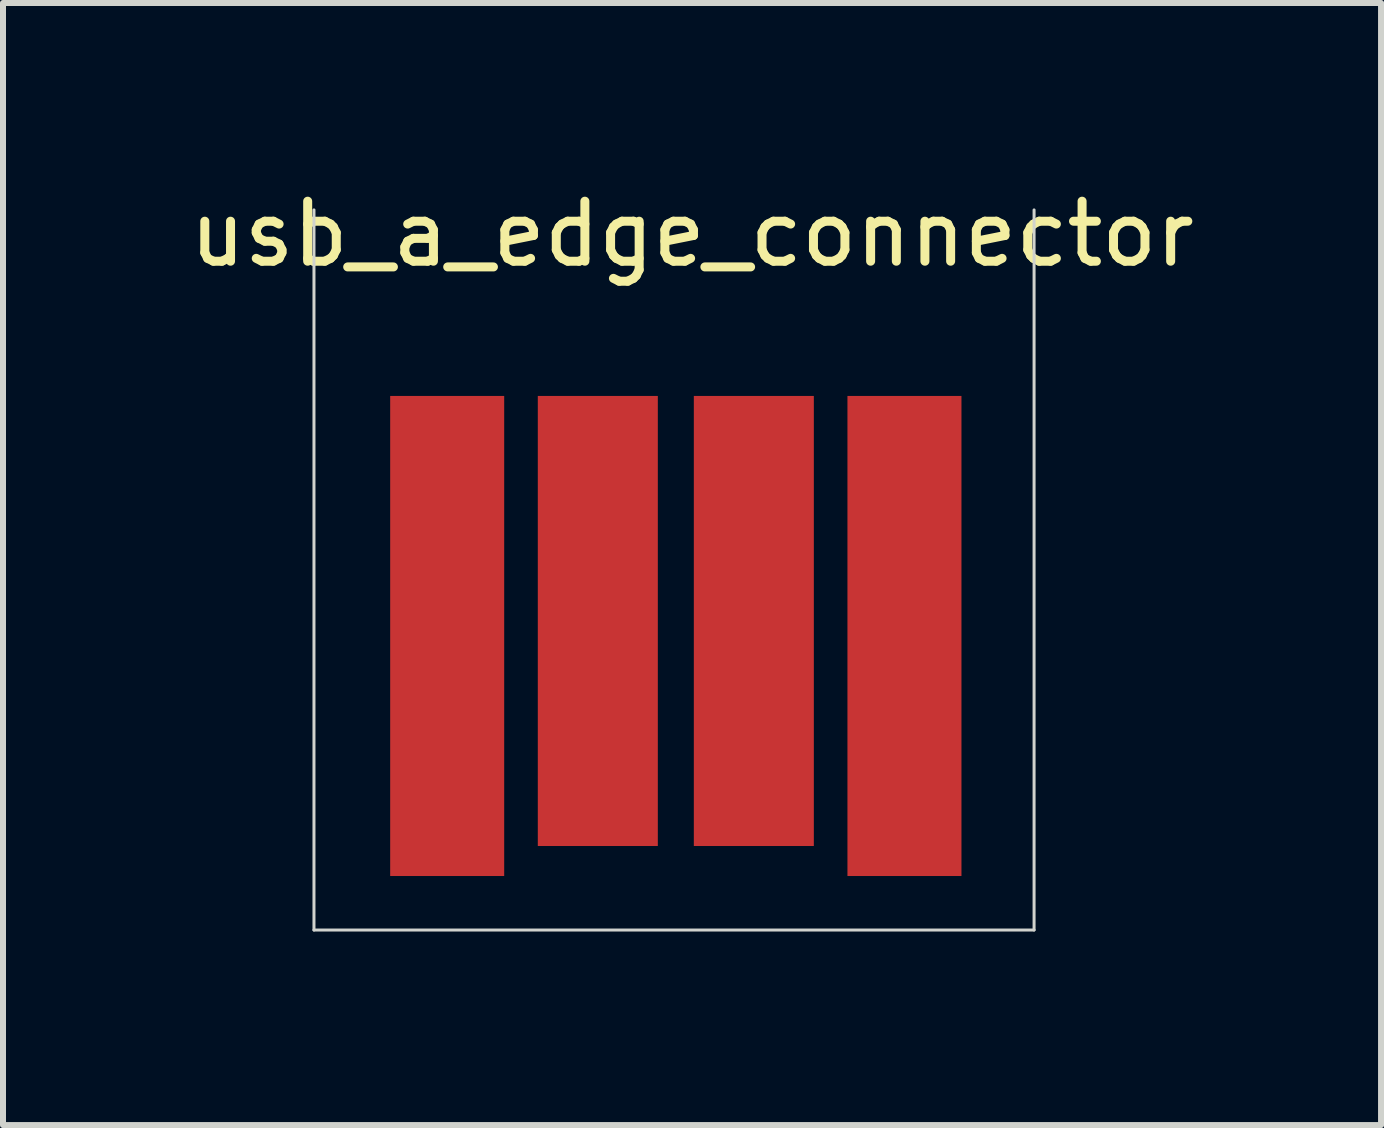
<source format=kicad_pcb>
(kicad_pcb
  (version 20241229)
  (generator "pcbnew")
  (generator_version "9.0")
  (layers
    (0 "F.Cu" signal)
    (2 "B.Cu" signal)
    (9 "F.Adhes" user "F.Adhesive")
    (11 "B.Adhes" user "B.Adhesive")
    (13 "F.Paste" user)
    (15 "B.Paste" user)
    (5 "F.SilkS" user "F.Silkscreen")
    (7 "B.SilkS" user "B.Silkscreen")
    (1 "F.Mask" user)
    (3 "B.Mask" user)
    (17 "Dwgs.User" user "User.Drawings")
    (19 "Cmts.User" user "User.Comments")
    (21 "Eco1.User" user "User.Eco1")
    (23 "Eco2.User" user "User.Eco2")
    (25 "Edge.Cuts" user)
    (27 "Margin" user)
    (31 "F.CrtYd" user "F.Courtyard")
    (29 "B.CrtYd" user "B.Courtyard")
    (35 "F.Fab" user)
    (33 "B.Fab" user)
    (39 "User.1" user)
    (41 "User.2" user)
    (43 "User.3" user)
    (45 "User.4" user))
  (footprint "usb_a_edge_connector"
    (layer "F.Cu")
    (at 2.182 12.448)
    (property "Reference" "usb_a_edge_connector" (at 6.3 -11.6 0) (layer "F.SilkS") (effects (font (size 1 1) (thickness 0.15))))
    (attr through_hole)
    (fp_line (start 0 0) (end 0 -12) (stroke (width 0.05) (type solid)) (layer "Edge.Cuts"))
    (fp_line (start 12 0) (end 0 0) (stroke (width 0.05) (type solid)) (layer "Edge.Cuts"))
    (fp_line (start 12 0) (end 12 -12) (stroke (width 0.05) (type solid)) (layer "Edge.Cuts"))
    (pad "1" connect rect (at 9.84 -4.9) (size 1.9 8) (layers "F.Cu" "F.Mask"))
    (pad "2" connect rect (at 7.33 -5.15) (size 2 7.5) (layers "F.Cu" "F.Mask"))
    (pad "3" connect rect (at 4.73 -5.15) (size 2 7.5) (layers "F.Cu" "F.Mask"))
    (pad "4" connect rect (at 2.22 -4.9) (size 1.9 8) (layers "F.Cu" "F.Mask")))
  (gr_rect
    (start -3 -3)
    (end 19.964 15.698)
    (stroke (width 0.1) (type default))
    (fill no)
    (layer "Edge.Cuts")))
</source>
